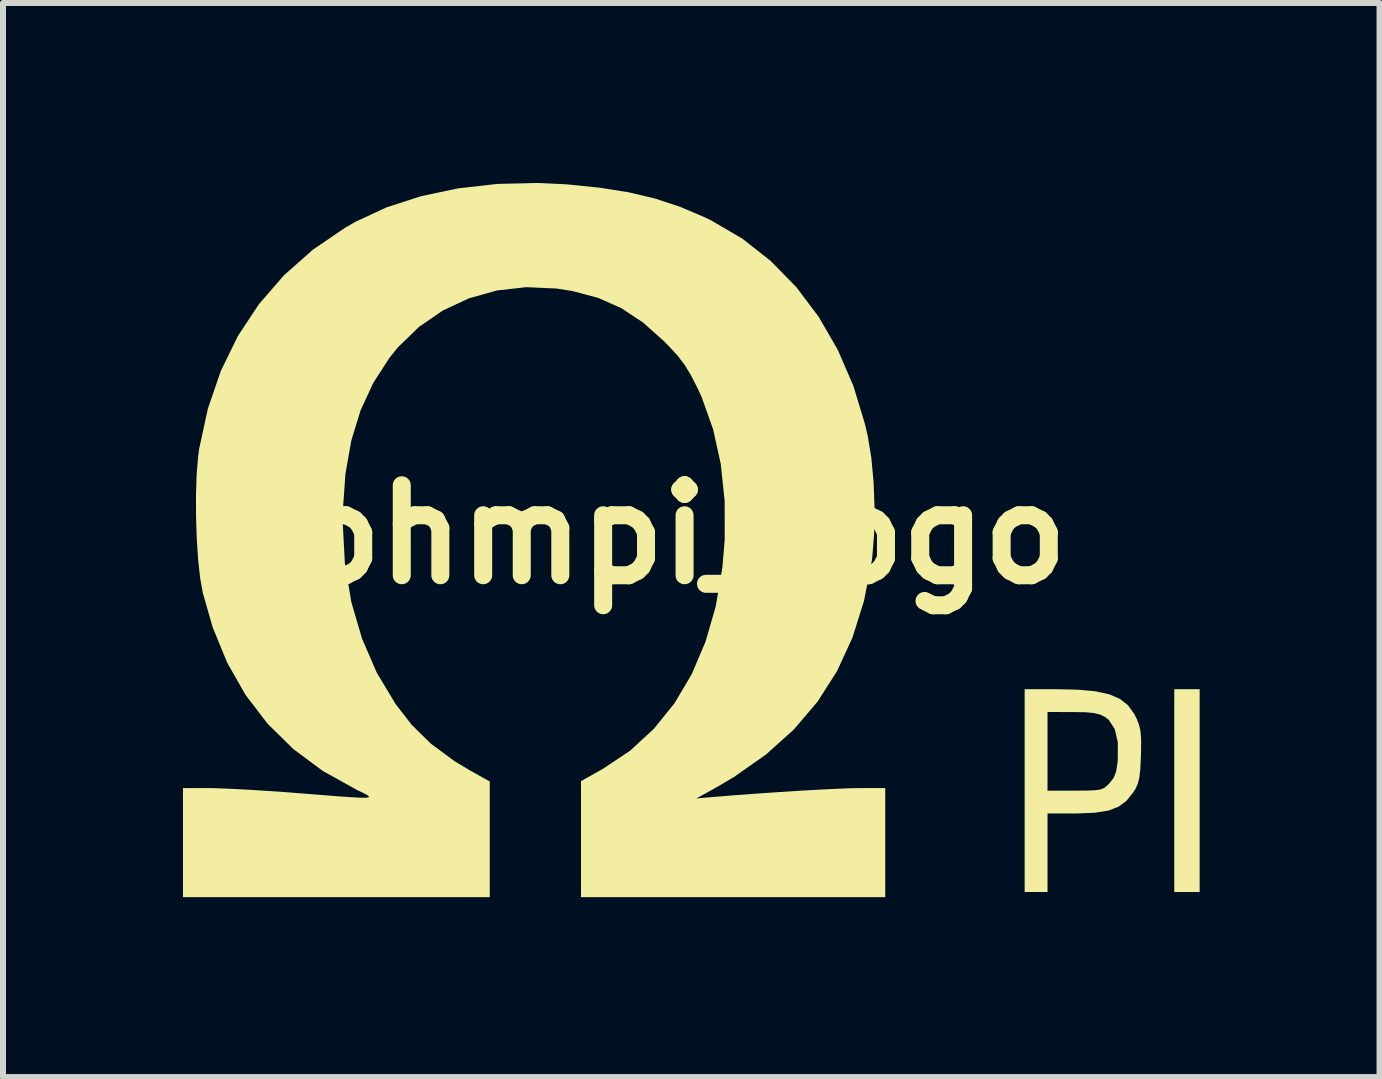
<source format=kicad_pcb>
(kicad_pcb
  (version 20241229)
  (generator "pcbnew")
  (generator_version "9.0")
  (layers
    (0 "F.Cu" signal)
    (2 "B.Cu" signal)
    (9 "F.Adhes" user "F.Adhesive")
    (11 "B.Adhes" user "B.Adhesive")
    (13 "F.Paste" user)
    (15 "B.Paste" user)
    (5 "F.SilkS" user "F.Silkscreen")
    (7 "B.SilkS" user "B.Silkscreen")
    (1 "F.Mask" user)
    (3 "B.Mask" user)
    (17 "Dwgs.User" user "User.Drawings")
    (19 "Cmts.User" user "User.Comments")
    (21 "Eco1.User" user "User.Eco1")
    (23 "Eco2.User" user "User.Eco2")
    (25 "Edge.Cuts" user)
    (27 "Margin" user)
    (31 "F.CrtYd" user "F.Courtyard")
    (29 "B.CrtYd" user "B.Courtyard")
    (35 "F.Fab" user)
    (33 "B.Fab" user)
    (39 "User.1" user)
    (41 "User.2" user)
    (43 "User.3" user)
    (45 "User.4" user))
  (footprint "ohmpi_logo"
    (layer "F.Cu")
    (at 8.326 5.861)
    (property "Reference" "ohmpi_logo" (at 0 0 0) (layer "F.SilkS") (effects (font (size 1.5 1.5) (thickness 0.3))))
    (attr board_only exclude_from_pos_files exclude_from_bom)
    (fp_poly (pts (xy 8.622 4.269) (xy 8.622 5.959) (xy 8.41 5.959) (xy 8.199 5.959) (xy 8.199 4.269) (xy 8.199 2.578) (xy 8.41 2.578) (xy 8.622 2.578)) (stroke (width 0) (type solid)) (fill yes) (layer "F.SilkS"))
    (fp_poly (pts (xy 6.593 2.586) (xy 6.886 2.613) (xy 7.115 2.663) (xy 7.292 2.739) (xy 7.427 2.845) (xy 7.529 2.985) (xy 7.575 3.076) (xy 7.614 3.181) (xy 7.638 3.291) (xy 7.647 3.429) (xy 7.645 3.621) (xy 7.643 3.698) (xy 7.633 3.902) (xy 7.618 4.045) (xy 7.593 4.149) (xy 7.554 4.236) (xy 7.514 4.299) (xy 7.402 4.439) (xy 7.268 4.538) (xy 7.098 4.602) (xy 6.876 4.637) (xy 6.588 4.649) (xy 6.559 4.649) (xy 6.086 4.649) (xy 6.086 5.304) (xy 6.086 5.959) (xy 5.896 5.959) (xy 5.705 5.959) (xy 5.705 4.269) (xy 5.705 2.958) (xy 6.086 2.958) (xy 6.086 3.613) (xy 6.086 4.269) (xy 6.543 4.269) (xy 6.745 4.268) (xy 6.881 4.262) (xy 6.971 4.249) (xy 7.032 4.223) (xy 7.084 4.18) (xy 7.118 4.145) (xy 7.189 4.055) (xy 7.23 3.951) (xy 7.253 3.801) (xy 7.257 3.754) (xy 7.258 3.465) (xy 7.207 3.243) (xy 7.107 3.089) (xy 7.045 3.041) (xy 6.961 3) (xy 6.859 2.975) (xy 6.715 2.962) (xy 6.51 2.959) (xy 6.498 2.959) (xy 6.086 2.958) (xy 5.705 2.958) (xy 5.705 2.578) (xy 6.228 2.578)) (stroke (width 0) (type solid)) (fill yes) (layer "F.SilkS"))
    (fp_poly (pts (xy -1.938 -5.839) (xy -1.386 -5.783) (xy -0.898 -5.706) (xy -0.456 -5.601) (xy -0.04 -5.464) (xy 0.366 -5.291) (xy 0.481 -5.236) (xy 1 -4.932) (xy 1.474 -4.559) (xy 1.9 -4.123) (xy 2.273 -3.627) (xy 2.591 -3.077) (xy 2.85 -2.478) (xy 3.045 -1.834) (xy 3.09 -1.639) (xy 3.149 -1.279) (xy 3.187 -0.868) (xy 3.203 -0.436) (xy 3.196 -0.012) (xy 3.165 0.371) (xy 3.156 0.444) (xy 3.026 1.109) (xy 2.834 1.719) (xy 2.577 2.277) (xy 2.253 2.785) (xy 1.86 3.247) (xy 1.395 3.665) (xy 0.857 4.043) (xy 0.546 4.226) (xy 0.232 4.399) (xy 0.507 4.375) (xy 0.86 4.346) (xy 1.231 4.319) (xy 1.606 4.293) (xy 1.968 4.27) (xy 2.303 4.251) (xy 2.595 4.237) (xy 2.829 4.228) (xy 2.957 4.226) (xy 3.381 4.226) (xy 3.381 5.135) (xy 3.381 6.044) (xy 0.845 6.044) (xy -1.691 6.044) (xy -1.691 5.077) (xy -1.691 4.11) (xy -1.325 3.905) (xy -0.874 3.604) (xy -0.477 3.239) (xy -0.133 2.813) (xy 0.154 2.329) (xy 0.384 1.789) (xy 0.555 1.198) (xy 0.665 0.557) (xy 0.705 0.085) (xy 0.704 -0.559) (xy 0.639 -1.177) (xy 0.51 -1.759) (xy 0.32 -2.293) (xy 0.251 -2.442) (xy 0.14 -2.66) (xy 0.036 -2.83) (xy -0.082 -2.984) (xy -0.235 -3.15) (xy -0.308 -3.224) (xy -0.659 -3.536) (xy -1.017 -3.773) (xy -1.401 -3.944) (xy -1.828 -4.058) (xy -2.096 -4.101) (xy -2.602 -4.124) (xy -3.092 -4.069) (xy -3.559 -3.938) (xy -3.995 -3.734) (xy -4.392 -3.461) (xy -4.742 -3.122) (xy -4.879 -2.953) (xy -5.152 -2.531) (xy -5.365 -2.071) (xy -5.52 -1.566) (xy -5.618 -1.009) (xy -5.661 -0.395) (xy -5.663 -0.196) (xy -5.627 0.481) (xy -5.519 1.127) (xy -5.34 1.737) (xy -5.094 2.305) (xy -4.781 2.826) (xy -4.516 3.168) (xy -4.197 3.483) (xy -3.8 3.777) (xy -3.54 3.933) (xy -3.212 4.116) (xy -3.212 5.08) (xy -3.212 6.044) (xy -5.769 6.044) (xy -8.326 6.044) (xy -8.326 5.135) (xy -8.326 4.226) (xy -7.893 4.226) (xy -7.725 4.23) (xy -7.491 4.24) (xy -7.21 4.255) (xy -6.899 4.275) (xy -6.577 4.297) (xy -6.403 4.311) (xy -6.034 4.34) (xy -5.744 4.363) (xy -5.524 4.378) (xy -5.37 4.387) (xy -5.273 4.387) (xy -5.228 4.379) (xy -5.228 4.362) (xy -5.266 4.336) (xy -5.336 4.3) (xy -5.431 4.255) (xy -5.438 4.251) (xy -5.993 3.942) (xy -6.486 3.576) (xy -6.916 3.153) (xy -7.283 2.673) (xy -7.589 2.135) (xy -7.833 1.54) (xy -7.995 0.972) (xy -8.039 0.729) (xy -8.073 0.422) (xy -8.096 0.075) (xy -8.108 -0.292) (xy -8.109 -0.657) (xy -8.098 -0.999) (xy -8.074 -1.296) (xy -8.058 -1.42) (xy -7.912 -2.095) (xy -7.696 -2.725) (xy -7.412 -3.307) (xy -7.061 -3.839) (xy -6.644 -4.32) (xy -6.164 -4.746) (xy -5.621 -5.116) (xy -5.446 -5.216) (xy -4.931 -5.455) (xy -4.359 -5.64) (xy -3.74 -5.771) (xy -3.085 -5.845) (xy -2.402 -5.861)) (stroke (width 0) (type solid)) (fill yes) (layer "F.SilkS")))
  (gr_rect
    (start -3 -3)
    (end 19.947 14.905)
    (stroke (width 0.1) (type default))
    (fill no)
    (layer "Edge.Cuts")))
</source>
